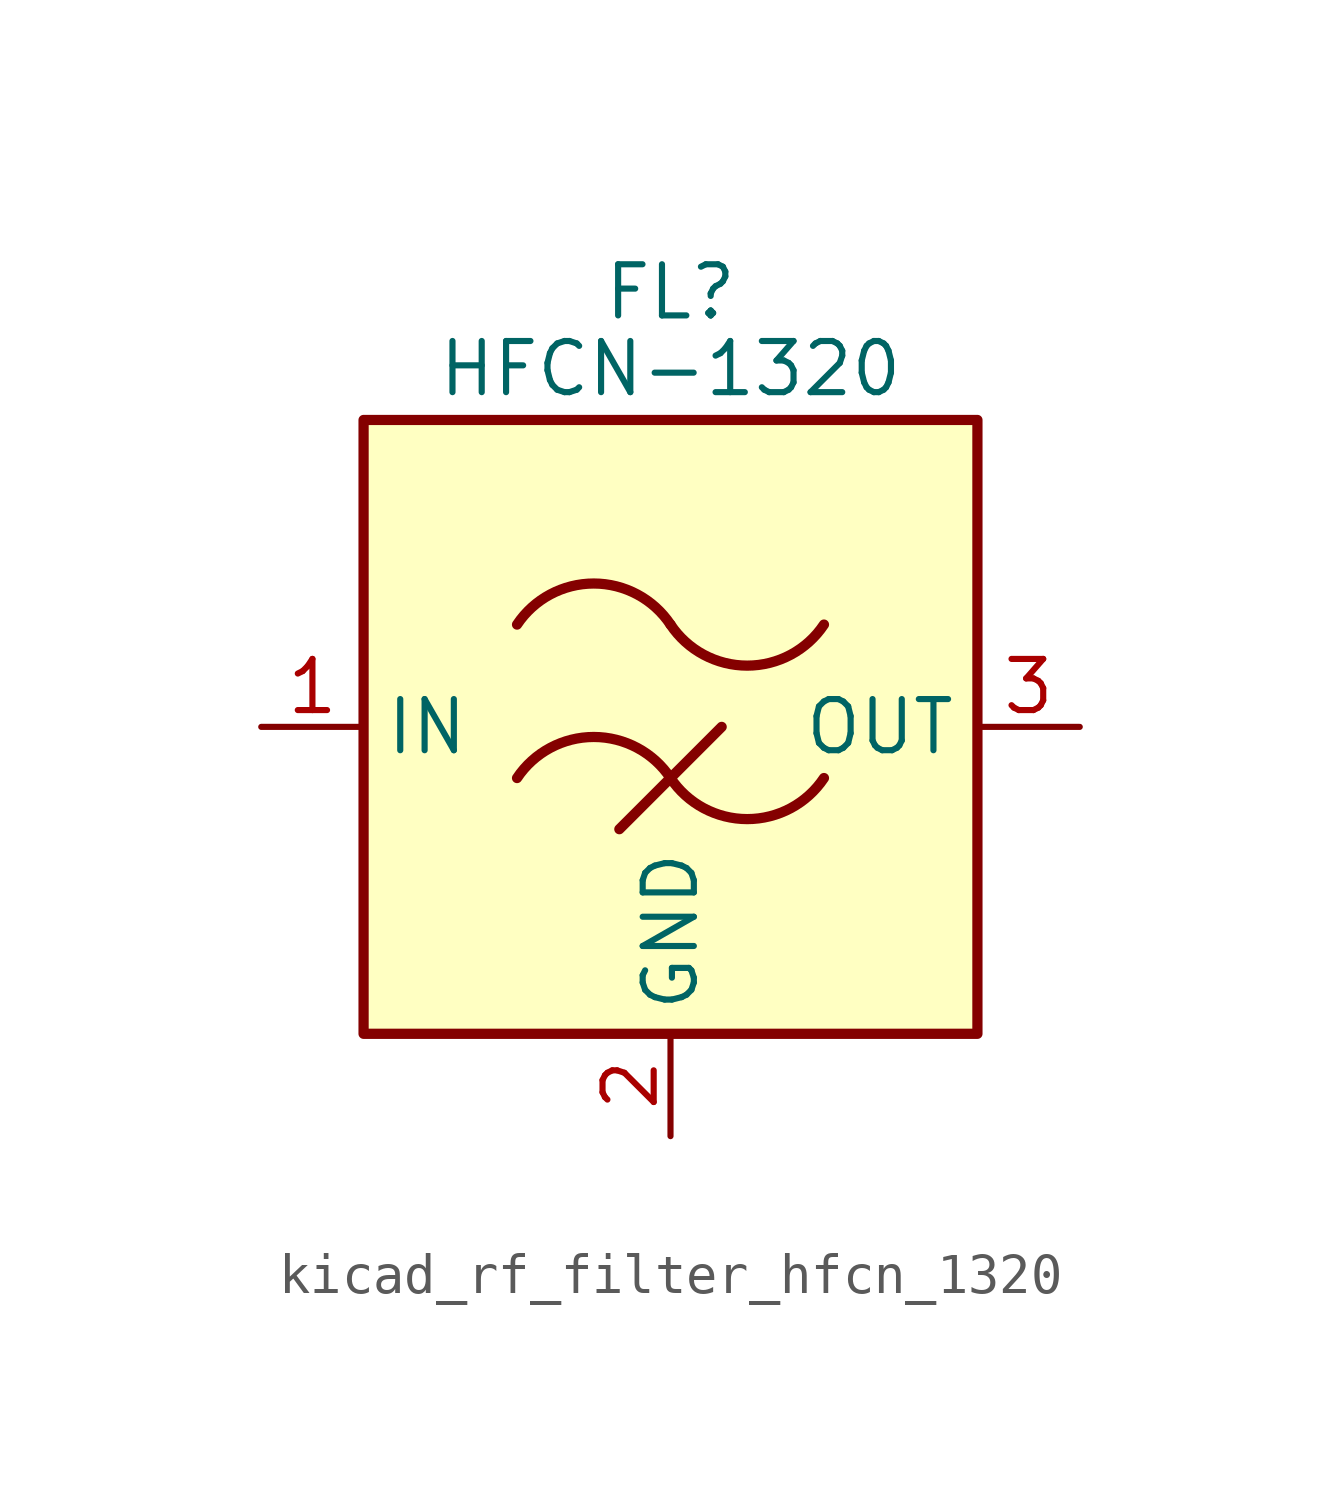
<source format=kicad_sym>
(kicad_symbol_lib
  (version 20220914)
  (generator kicad_symbol_editor)
  (symbol "kicad_rf_filter_hfcn_1320"
    (property "Reference" "FL"
      (at 0 10.795 0)
      (effects (font (size 1.27 1.27))))
    (property "Value" "HFCN-1320"
      (at 0 8.89 0)
      (effects (font (size 1.27 1.27))))
    (symbol "kicad_rf_filter_hfcn_1320_0_1"
      (rectangle (start -7.62 7.62) (end 7.62 -7.62) (stroke (width 0.254) (type default)) (fill (type background)))
      (arc (start 0 -1.27) (mid -1.905 -0.2505) (end -3.81 -1.27) (stroke (width 0.254) (type default)) (fill (type none)))
      (arc (start 0 -1.27) (mid 1.905 -2.2895) (end 3.81 -1.27) (stroke (width 0.254) (type default)) (fill (type none)))
      (polyline (pts (xy -1.27 -2.54) (xy 1.27 0)) (stroke (width 0.254) (type default)) (fill (type none)))
      (arc (start 0 2.54) (mid -1.905 3.5595) (end -3.81 2.54) (stroke (width 0.254) (type default)) (fill (type none)))
      (arc (start 0 2.54) (mid 1.905 1.5205) (end 3.81 2.54) (stroke (width 0.254) (type default)) (fill (type none))))
    (symbol "kicad_rf_filter_hfcn_1320_1_1"
      (pin passive line (at -10.16 0 0) (length 2.54) (name "IN" (effects (font (size 1.27 1.27)))) (number "1" (effects (font (size 1.27 1.27)))))
      (pin passive line (at 0 -10.16 90) (length 2.54) (name "GND" (effects (font (size 1.27 1.27)))) (number "2" (effects (font (size 1.27 1.27)))))
      (pin passive line (at 10.16 0 180) (length 2.54) (name "OUT" (effects (font (size 1.27 1.27)))) (number "3" (effects (font (size 1.27 1.27)))))
      (pin passive line (at 0 -10.16 90) (length 2.54) hide (name "GND" (effects (font (size 1.27 1.27)))) (number "4" (effects (font (size 1.27 1.27))))))))
</source>
